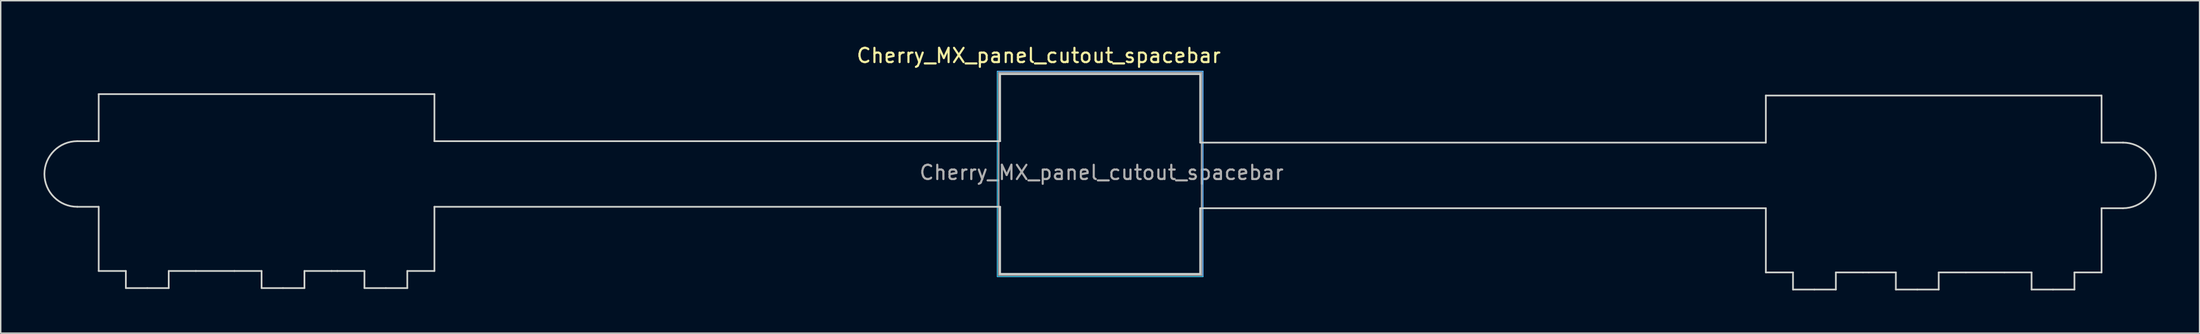
<source format=kicad_pcb>
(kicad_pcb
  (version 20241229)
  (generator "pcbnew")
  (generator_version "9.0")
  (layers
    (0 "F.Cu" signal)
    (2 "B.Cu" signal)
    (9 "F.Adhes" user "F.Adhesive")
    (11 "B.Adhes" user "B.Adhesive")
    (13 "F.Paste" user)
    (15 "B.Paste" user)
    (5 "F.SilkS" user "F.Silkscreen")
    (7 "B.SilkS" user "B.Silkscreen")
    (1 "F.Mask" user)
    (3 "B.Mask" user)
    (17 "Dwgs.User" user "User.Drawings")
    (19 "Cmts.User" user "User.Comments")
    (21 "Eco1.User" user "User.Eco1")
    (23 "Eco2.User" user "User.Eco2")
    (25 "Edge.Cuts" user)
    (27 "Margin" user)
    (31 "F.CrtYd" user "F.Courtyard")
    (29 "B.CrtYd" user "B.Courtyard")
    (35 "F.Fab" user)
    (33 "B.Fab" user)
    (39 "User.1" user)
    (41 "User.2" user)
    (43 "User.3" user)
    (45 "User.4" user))
  (footprint "Cherry_MX_panel_cutout_spacebar"
    (layer "F.Cu")
    (at 73.96 9.148)
    (property "Reference" "Cherry_MX_panel_cutout_spacebar" (at -4.3 -8.3 0) (unlocked yes) (layer "F.SilkS") (effects (font (size 1 1) (thickness 0.15))))
    (fp_line (start -70.1 -2.3) (end -71.6 -2.3) (stroke (width 0.12) (type solid)) (layer "Edge.Cuts"))
    (fp_line (start -70.1 -2.3) (end -70.1 -5.6) (stroke (width 0.12) (type solid)) (layer "Edge.Cuts"))
    (fp_line (start -70.1 2.3) (end -71.6 2.3) (stroke (width 0.12) (type solid)) (layer "Edge.Cuts"))
    (fp_line (start -70.1 6.8) (end -70.1 2.3) (stroke (width 0.12) (type solid)) (layer "Edge.Cuts"))
    (fp_line (start -68.2 6.8) (end -70.1 6.8) (stroke (width 0.12) (type solid)) (layer "Edge.Cuts"))
    (fp_line (start -68.2 8) (end -68.2 6.8) (stroke (width 0.12) (type solid)) (layer "Edge.Cuts"))
    (fp_line (start -66.7 8) (end -68.2 8) (stroke (width 0.12) (type solid)) (layer "Edge.Cuts"))
    (fp_line (start -66.7 8) (end -65.2 8) (stroke (width 0.12) (type solid)) (layer "Edge.Cuts"))
    (fp_line (start -65.2 6.8) (end -63.3 6.8) (stroke (width 0.12) (type solid)) (layer "Edge.Cuts"))
    (fp_line (start -65.2 8) (end -65.2 6.8) (stroke (width 0.12) (type solid)) (layer "Edge.Cuts"))
    (fp_line (start -63.3 6.8) (end -60.6 6.8) (stroke (width 0.12) (type solid)) (layer "Edge.Cuts"))
    (fp_line (start -58.7 6.8) (end -60.6 6.8) (stroke (width 0.12) (type solid)) (layer "Edge.Cuts"))
    (fp_line (start -58.7 8) (end -58.7 6.8) (stroke (width 0.12) (type solid)) (layer "Edge.Cuts"))
    (fp_line (start -57.2 8) (end -58.7 8) (stroke (width 0.12) (type solid)) (layer "Edge.Cuts"))
    (fp_line (start -57.2 8) (end -55.7 8) (stroke (width 0.12) (type solid)) (layer "Edge.Cuts"))
    (fp_line (start -55.7 6.8) (end -53.8 6.8) (stroke (width 0.12) (type solid)) (layer "Edge.Cuts"))
    (fp_line (start -55.7 8) (end -55.7 6.8) (stroke (width 0.12) (type solid)) (layer "Edge.Cuts"))
    (fp_line (start -53.4 6.8) (end -53.8 6.8) (stroke (width 0.12) (type solid)) (layer "Edge.Cuts"))
    (fp_line (start -51.5 6.8) (end -53.4 6.8) (stroke (width 0.12) (type solid)) (layer "Edge.Cuts"))
    (fp_line (start -51.5 8) (end -51.5 6.8) (stroke (width 0.12) (type solid)) (layer "Edge.Cuts"))
    (fp_line (start -50 8) (end -51.5 8) (stroke (width 0.12) (type solid)) (layer "Edge.Cuts"))
    (fp_line (start -50 8) (end -48.5 8) (stroke (width 0.12) (type solid)) (layer "Edge.Cuts"))
    (fp_line (start -48.5 6.8) (end -46.6 6.8) (stroke (width 0.12) (type solid)) (layer "Edge.Cuts"))
    (fp_line (start -48.5 8) (end -48.5 6.8) (stroke (width 0.12) (type solid)) (layer "Edge.Cuts"))
    (fp_line (start -46.6 -5.6) (end -70.1 -5.6) (stroke (width 0.12) (type solid)) (layer "Edge.Cuts"))
    (fp_line (start -46.6 -2.3) (end -46.6 -5.6) (stroke (width 0.12) (type solid)) (layer "Edge.Cuts"))
    (fp_line (start -46.6 -2.3) (end -7 -2.3) (stroke (width 0.12) (type solid)) (layer "Edge.Cuts"))
    (fp_line (start -46.6 2.3) (end -7 2.3) (stroke (width 0.12) (type solid)) (layer "Edge.Cuts"))
    (fp_line (start -46.6 6.8) (end -46.6 2.3) (stroke (width 0.12) (type solid)) (layer "Edge.Cuts"))
    (fp_line (start -7 -7) (end 7 -7) (stroke (width 0.12) (type solid)) (layer "Edge.Cuts"))
    (fp_line (start -7 -2.3) (end -7 -7) (stroke (width 0.12) (type solid)) (layer "Edge.Cuts"))
    (fp_line (start -7 2.3) (end -7 7) (stroke (width 0.12) (type solid)) (layer "Edge.Cuts"))
    (fp_line (start 7 -7) (end 7 -2.2) (stroke (width 0.12) (type solid)) (layer "Edge.Cuts"))
    (fp_line (start 7 2.4) (end 7 7) (stroke (width 0.12) (type solid)) (layer "Edge.Cuts"))
    (fp_line (start 7 7) (end -7 7) (stroke (width 0.12) (type solid)) (layer "Edge.Cuts"))
    (fp_line (start 46.6 -2.2) (end 7 -2.2) (stroke (width 0.12) (type solid)) (layer "Edge.Cuts"))
    (fp_line (start 46.6 -2.2) (end 46.6 -5.5) (stroke (width 0.12) (type solid)) (layer "Edge.Cuts"))
    (fp_line (start 46.6 2.4) (end 7 2.4) (stroke (width 0.12) (type solid)) (layer "Edge.Cuts"))
    (fp_line (start 46.6 6.9) (end 46.6 2.4) (stroke (width 0.12) (type solid)) (layer "Edge.Cuts"))
    (fp_line (start 48.5 6.9) (end 46.6 6.9) (stroke (width 0.12) (type solid)) (layer "Edge.Cuts"))
    (fp_line (start 48.5 8.1) (end 48.5 6.9) (stroke (width 0.12) (type solid)) (layer "Edge.Cuts"))
    (fp_line (start 50 8.1) (end 48.5 8.1) (stroke (width 0.12) (type solid)) (layer "Edge.Cuts"))
    (fp_line (start 50 8.1) (end 51.5 8.1) (stroke (width 0.12) (type solid)) (layer "Edge.Cuts"))
    (fp_line (start 51.5 6.9) (end 53.4 6.9) (stroke (width 0.12) (type solid)) (layer "Edge.Cuts"))
    (fp_line (start 51.5 8.1) (end 51.5 6.9) (stroke (width 0.12) (type solid)) (layer "Edge.Cuts"))
    (fp_line (start 53.4 6.9) (end 53.8 6.9) (stroke (width 0.12) (type solid)) (layer "Edge.Cuts"))
    (fp_line (start 55.7 6.9) (end 53.8 6.9) (stroke (width 0.12) (type solid)) (layer "Edge.Cuts"))
    (fp_line (start 55.7 8.1) (end 55.7 6.9) (stroke (width 0.12) (type solid)) (layer "Edge.Cuts"))
    (fp_line (start 57.2 8.1) (end 55.7 8.1) (stroke (width 0.12) (type solid)) (layer "Edge.Cuts"))
    (fp_line (start 57.2 8.1) (end 58.7 8.1) (stroke (width 0.12) (type solid)) (layer "Edge.Cuts"))
    (fp_line (start 58.7 6.9) (end 60.6 6.9) (stroke (width 0.12) (type solid)) (layer "Edge.Cuts"))
    (fp_line (start 58.7 8.1) (end 58.7 6.9) (stroke (width 0.12) (type solid)) (layer "Edge.Cuts"))
    (fp_line (start 63.3 6.9) (end 60.6 6.9) (stroke (width 0.12) (type solid)) (layer "Edge.Cuts"))
    (fp_line (start 65.2 6.9) (end 63.3 6.9) (stroke (width 0.12) (type solid)) (layer "Edge.Cuts"))
    (fp_line (start 65.2 8.1) (end 65.2 6.9) (stroke (width 0.12) (type solid)) (layer "Edge.Cuts"))
    (fp_line (start 66.7 8.1) (end 65.2 8.1) (stroke (width 0.12) (type solid)) (layer "Edge.Cuts"))
    (fp_line (start 66.7 8.1) (end 68.2 8.1) (stroke (width 0.12) (type solid)) (layer "Edge.Cuts"))
    (fp_line (start 68.2 6.9) (end 70.1 6.9) (stroke (width 0.12) (type solid)) (layer "Edge.Cuts"))
    (fp_line (start 68.2 8.1) (end 68.2 6.9) (stroke (width 0.12) (type solid)) (layer "Edge.Cuts"))
    (fp_line (start 70.1 -5.5) (end 46.6 -5.5) (stroke (width 0.12) (type solid)) (layer "Edge.Cuts"))
    (fp_line (start 70.1 -2.2) (end 70.1 -5.5) (stroke (width 0.12) (type solid)) (layer "Edge.Cuts"))
    (fp_line (start 70.1 -2.2) (end 71.6 -2.2) (stroke (width 0.12) (type solid)) (layer "Edge.Cuts"))
    (fp_line (start 70.1 2.4) (end 71.6 2.4) (stroke (width 0.12) (type solid)) (layer "Edge.Cuts"))
    (fp_line (start 70.1 6.9) (end 70.1 2.4) (stroke (width 0.12) (type solid)) (layer "Edge.Cuts"))
    (fp_arc (start -71.6 2.3) (mid -73.9 0) (end -71.6 -2.3) (stroke (width 0.12) (type solid)) (layer "Edge.Cuts"))
    (fp_arc (start 71.6 -2.2) (mid 73.9 0.1) (end 71.6 2.4) (stroke (width 0.12) (type solid)) (layer "Edge.Cuts"))
    (fp_line (start -7.2 -7.2) (end 7.2 -7.2) (stroke (width 0.05) (type solid)) (layer "B.CrtYd"))
    (fp_line (start -7.2 7.2) (end -7.2 -7.2) (stroke (width 0.05) (type solid)) (layer "B.CrtYd"))
    (fp_line (start 7.2 -7.2) (end 7.2 7.2) (stroke (width 0.05) (type solid)) (layer "B.CrtYd"))
    (fp_line (start 7.2 7.2) (end -7.2 7.2) (stroke (width 0.05) (type solid)) (layer "B.CrtYd"))
    (fp_line (start -7.2 -7.2) (end 7.2 -7.2) (stroke (width 0.05) (type solid)) (layer "F.CrtYd"))
    (fp_line (start -7.2 7.2) (end -7.2 -7.2) (stroke (width 0.05) (type solid)) (layer "F.CrtYd"))
    (fp_line (start 7.2 -7.2) (end 7.2 7.2) (stroke (width 0.05) (type solid)) (layer "F.CrtYd"))
    (fp_line (start 7.2 7.2) (end -7.2 7.2) (stroke (width 0.05) (type solid)) (layer "F.CrtYd"))
    (fp_line (start -7.1 -7.1) (end 7.1 -7.1) (stroke (width 0.1) (type solid)) (layer "F.Fab"))
    (fp_line (start -7.1 7.1) (end -7.1 -7.1) (stroke (width 0.1) (type solid)) (layer "F.Fab"))
    (fp_line (start 7.1 -7.1) (end 7.1 7.1) (stroke (width 0.1) (type solid)) (layer "F.Fab"))
    (fp_line (start 7.1 7.1) (end -7.1 7.1) (stroke (width 0.1) (type solid)) (layer "F.Fab"))
    (fp_text user "${REFERENCE}" (at 0.1 -0.1 0) (unlocked yes) (layer "F.Fab") (effects (font (size 1 1) (thickness 0.15)))))
  (gr_rect
    (start -3 -3)
    (end 150.92 20.308)
    (stroke (width 0.1) (type default))
    (fill no)
    (layer "Edge.Cuts")))
</source>
